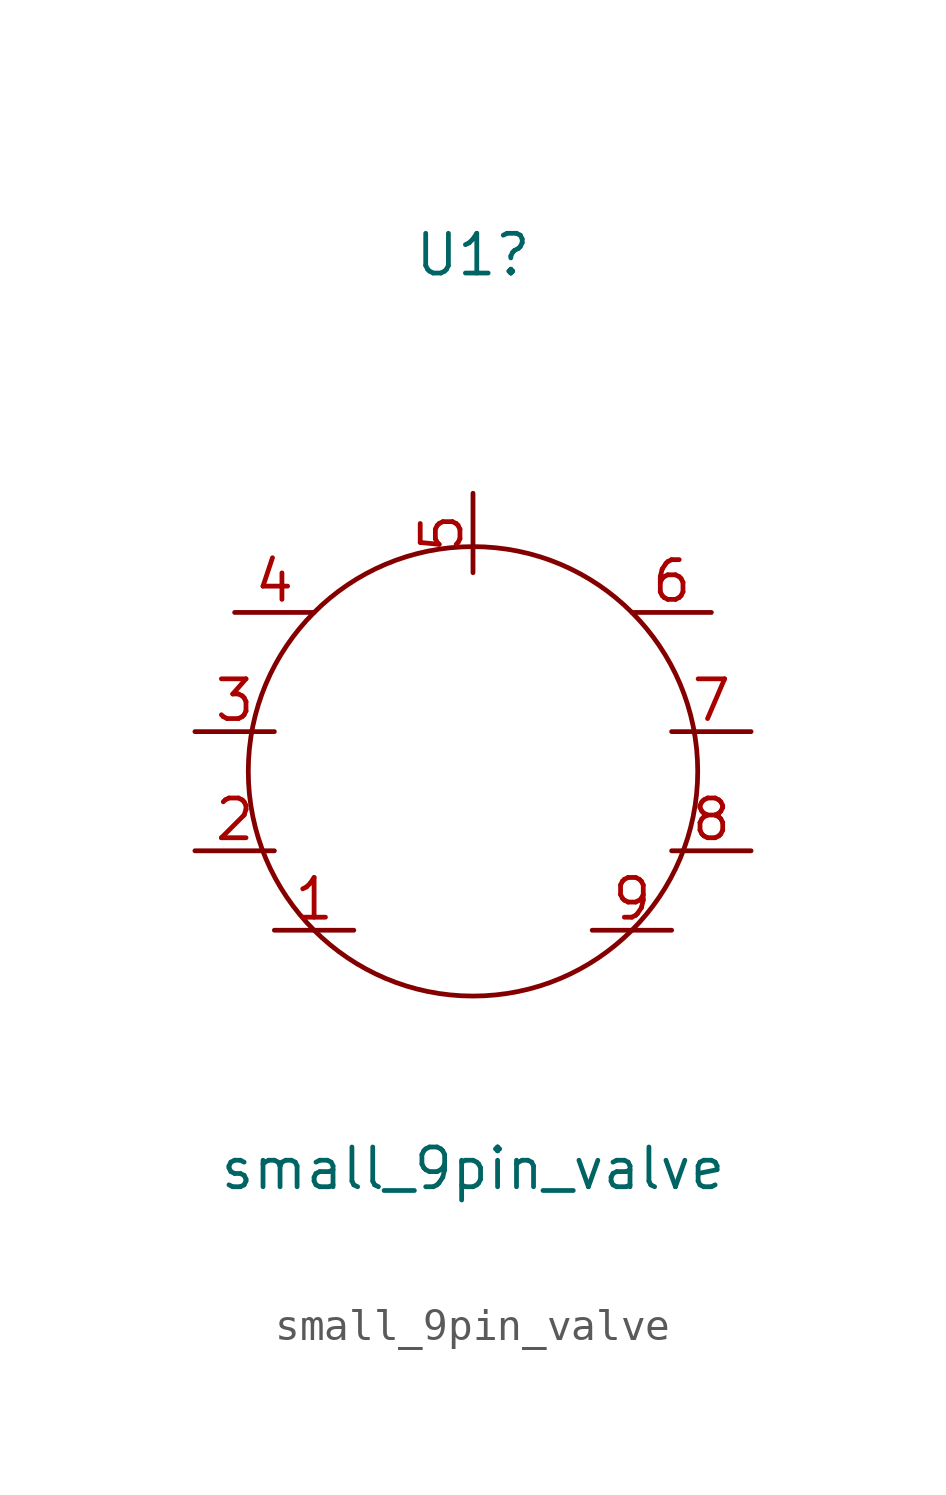
<source format=kicad_sym>
(kicad_symbol_lib
  (version 20211014)
  (generator kicad_symbol_editor)
  (symbol "small_9pin_valve"
    (property "Reference" "U1"
      (at 0 16.51 0)
      (effects (font (size 1.27 1.27))))
    (property "Value" "small_9pin_valve"
      (at 0 -12.7 0)
      (effects (font (size 1.27 1.27))))
    (symbol "small_9pin_valve_0_1"
      (circle (center 0 0) (radius 7.184) (stroke (width 0) (type default) (color 0 0 0 0)) (fill (type none))))
    (symbol "small_9pin_valve_1_1"
      (pin input line (at -6.35 -5.08 0) (length 2.54) (name "" (effects (font (size 1.27 1.27)))) (number "1" (effects (font (size 1.27 1.27)))))
      (pin input line (at -8.89 -2.54 0) (length 2.54) (name "" (effects (font (size 1.27 1.27)))) (number "2" (effects (font (size 1.27 1.27)))))
      (pin input line (at -8.89 1.27 0) (length 2.54) (name "" (effects (font (size 1.27 1.27)))) (number "3" (effects (font (size 1.27 1.27)))))
      (pin input line (at -7.62 5.08 0) (length 2.54) (name "" (effects (font (size 1.27 1.27)))) (number "4" (effects (font (size 1.27 1.27)))))
      (pin input line (at 0 8.89 270) (length 2.54) (name "" (effects (font (size 1.27 1.27)))) (number "5" (effects (font (size 1.27 1.27)))))
      (pin input line (at 7.62 5.08 180) (length 2.54) (name "" (effects (font (size 1.27 1.27)))) (number "6" (effects (font (size 1.27 1.27)))))
      (pin input line (at 8.89 1.27 180) (length 2.54) (name "" (effects (font (size 1.27 1.27)))) (number "7" (effects (font (size 1.27 1.27)))))
      (pin input line (at 8.89 -2.54 180) (length 2.54) (name "" (effects (font (size 1.27 1.27)))) (number "8" (effects (font (size 1.27 1.27)))))
      (pin input line (at 6.35 -5.08 180) (length 2.54) (name "" (effects (font (size 1.27 1.27)))) (number "9" (effects (font (size 1.27 1.27))))))))
</source>
